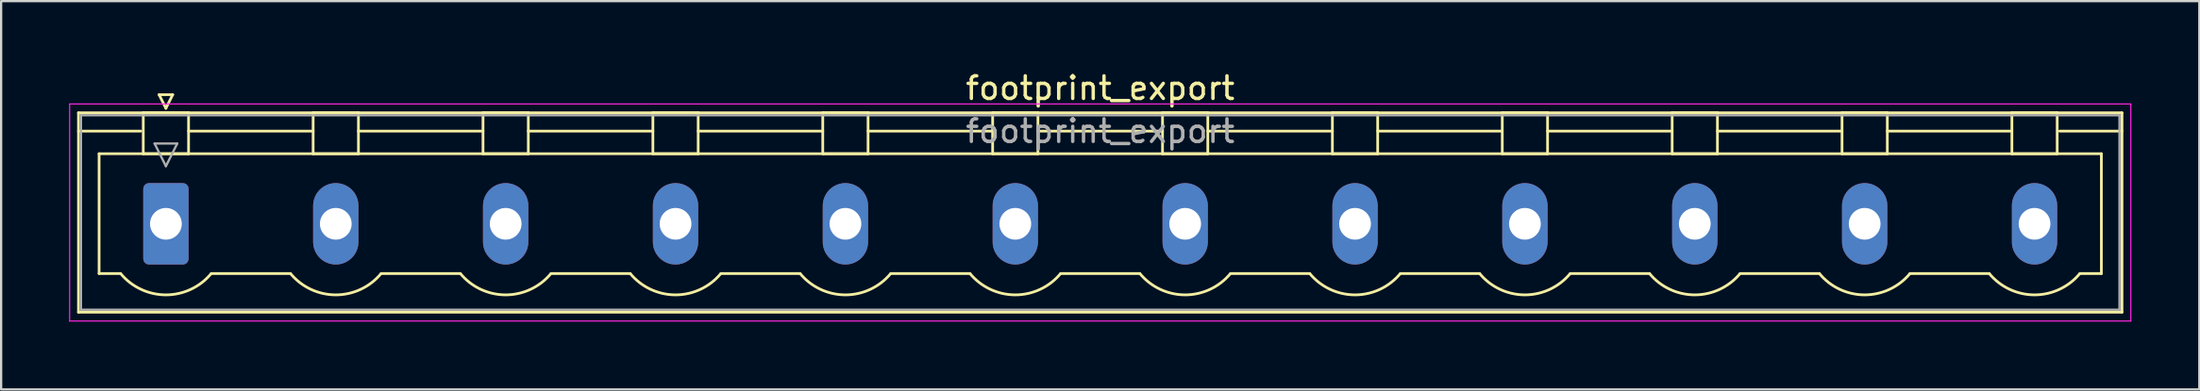
<source format=kicad_pcb>
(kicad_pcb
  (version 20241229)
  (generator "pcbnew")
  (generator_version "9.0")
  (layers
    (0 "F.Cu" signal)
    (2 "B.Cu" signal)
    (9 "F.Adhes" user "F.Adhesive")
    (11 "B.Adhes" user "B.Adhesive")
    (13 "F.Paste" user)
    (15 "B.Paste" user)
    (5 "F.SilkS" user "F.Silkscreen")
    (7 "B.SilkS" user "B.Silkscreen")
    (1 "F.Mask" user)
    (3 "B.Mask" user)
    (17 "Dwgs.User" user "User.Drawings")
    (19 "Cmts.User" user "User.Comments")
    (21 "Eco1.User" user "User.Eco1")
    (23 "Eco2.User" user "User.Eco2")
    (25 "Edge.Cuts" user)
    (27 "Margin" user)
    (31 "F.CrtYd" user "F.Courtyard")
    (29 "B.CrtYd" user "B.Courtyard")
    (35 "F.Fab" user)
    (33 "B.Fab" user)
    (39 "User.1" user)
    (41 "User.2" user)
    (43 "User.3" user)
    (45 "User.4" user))
  (footprint "footprint_export"
    (layer "F.Cu")
    (at 4.275 6.848)
    (property "Reference" "footprint_export" (at 41.25 -6 0) (layer "F.SilkS") (effects (font (size 1 1) (thickness 0.15))))
    (attr through_hole)
    (fp_line (start -3.86 -4.91) (end -3.86 3.91) (stroke (width 0.12) (type solid)) (layer "F.SilkS"))
    (fp_line (start -3.86 -4.1) (end -1.11 -4.1) (stroke (width 0.12) (type solid)) (layer "F.SilkS"))
    (fp_line (start -3.86 3.91) (end 86.36 3.91) (stroke (width 0.12) (type solid)) (layer "F.SilkS"))
    (fp_line (start -2.95 -3.1) (end 85.45 -3.1) (stroke (width 0.12) (type solid)) (layer "F.SilkS"))
    (fp_line (start -2.95 2.2) (end -2.95 -3.1) (stroke (width 0.12) (type solid)) (layer "F.SilkS"))
    (fp_line (start -2 2.2) (end -2.95 2.2) (stroke (width 0.12) (type solid)) (layer "F.SilkS"))
    (fp_line (start -1 -4.91) (end 1 -4.91) (stroke (width 0.12) (type solid)) (layer "F.SilkS"))
    (fp_line (start -1 -3.1) (end -1 -4.91) (stroke (width 0.12) (type solid)) (layer "F.SilkS"))
    (fp_line (start -0.3 -5.71) (end 0.3 -5.71) (stroke (width 0.12) (type solid)) (layer "F.SilkS"))
    (fp_line (start 0 -5.11) (end -0.3 -5.71) (stroke (width 0.12) (type solid)) (layer "F.SilkS"))
    (fp_line (start 0.3 -5.71) (end 0 -5.11) (stroke (width 0.12) (type solid)) (layer "F.SilkS"))
    (fp_line (start 1 -4.91) (end 1 -3.1) (stroke (width 0.12) (type solid)) (layer "F.SilkS"))
    (fp_line (start 1 -4.1) (end 6.5 -4.1) (stroke (width 0.12) (type solid)) (layer "F.SilkS"))
    (fp_line (start 1 -3.1) (end -1 -3.1) (stroke (width 0.12) (type solid)) (layer "F.SilkS"))
    (fp_line (start 2 2.2) (end 5.5 2.2) (stroke (width 0.12) (type solid)) (layer "F.SilkS"))
    (fp_line (start 6.5 -4.91) (end 8.5 -4.91) (stroke (width 0.12) (type solid)) (layer "F.SilkS"))
    (fp_line (start 6.5 -3.1) (end 6.5 -4.91) (stroke (width 0.12) (type solid)) (layer "F.SilkS"))
    (fp_line (start 8.5 -4.91) (end 8.5 -3.1) (stroke (width 0.12) (type solid)) (layer "F.SilkS"))
    (fp_line (start 8.5 -4.1) (end 14 -4.1) (stroke (width 0.12) (type solid)) (layer "F.SilkS"))
    (fp_line (start 8.5 -3.1) (end 6.5 -3.1) (stroke (width 0.12) (type solid)) (layer "F.SilkS"))
    (fp_line (start 9.5 2.2) (end 13 2.2) (stroke (width 0.12) (type solid)) (layer "F.SilkS"))
    (fp_line (start 14 -4.91) (end 16 -4.91) (stroke (width 0.12) (type solid)) (layer "F.SilkS"))
    (fp_line (start 14 -3.1) (end 14 -4.91) (stroke (width 0.12) (type solid)) (layer "F.SilkS"))
    (fp_line (start 16 -4.91) (end 16 -3.1) (stroke (width 0.12) (type solid)) (layer "F.SilkS"))
    (fp_line (start 16 -4.1) (end 21.5 -4.1) (stroke (width 0.12) (type solid)) (layer "F.SilkS"))
    (fp_line (start 16 -3.1) (end 14 -3.1) (stroke (width 0.12) (type solid)) (layer "F.SilkS"))
    (fp_line (start 17 2.2) (end 20.5 2.2) (stroke (width 0.12) (type solid)) (layer "F.SilkS"))
    (fp_line (start 21.5 -4.91) (end 23.5 -4.91) (stroke (width 0.12) (type solid)) (layer "F.SilkS"))
    (fp_line (start 21.5 -3.1) (end 21.5 -4.91) (stroke (width 0.12) (type solid)) (layer "F.SilkS"))
    (fp_line (start 23.5 -4.91) (end 23.5 -3.1) (stroke (width 0.12) (type solid)) (layer "F.SilkS"))
    (fp_line (start 23.5 -4.1) (end 29 -4.1) (stroke (width 0.12) (type solid)) (layer "F.SilkS"))
    (fp_line (start 23.5 -3.1) (end 21.5 -3.1) (stroke (width 0.12) (type solid)) (layer "F.SilkS"))
    (fp_line (start 24.5 2.2) (end 28 2.2) (stroke (width 0.12) (type solid)) (layer "F.SilkS"))
    (fp_line (start 29 -4.91) (end 31 -4.91) (stroke (width 0.12) (type solid)) (layer "F.SilkS"))
    (fp_line (start 29 -3.1) (end 29 -4.91) (stroke (width 0.12) (type solid)) (layer "F.SilkS"))
    (fp_line (start 31 -4.91) (end 31 -3.1) (stroke (width 0.12) (type solid)) (layer "F.SilkS"))
    (fp_line (start 31 -4.1) (end 36.5 -4.1) (stroke (width 0.12) (type solid)) (layer "F.SilkS"))
    (fp_line (start 31 -3.1) (end 29 -3.1) (stroke (width 0.12) (type solid)) (layer "F.SilkS"))
    (fp_line (start 32 2.2) (end 35.5 2.2) (stroke (width 0.12) (type solid)) (layer "F.SilkS"))
    (fp_line (start 36.5 -4.91) (end 38.5 -4.91) (stroke (width 0.12) (type solid)) (layer "F.SilkS"))
    (fp_line (start 36.5 -3.1) (end 36.5 -4.91) (stroke (width 0.12) (type solid)) (layer "F.SilkS"))
    (fp_line (start 38.5 -4.91) (end 38.5 -3.1) (stroke (width 0.12) (type solid)) (layer "F.SilkS"))
    (fp_line (start 38.5 -4.1) (end 44 -4.1) (stroke (width 0.12) (type solid)) (layer "F.SilkS"))
    (fp_line (start 38.5 -3.1) (end 36.5 -3.1) (stroke (width 0.12) (type solid)) (layer "F.SilkS"))
    (fp_line (start 39.5 2.2) (end 43 2.2) (stroke (width 0.12) (type solid)) (layer "F.SilkS"))
    (fp_line (start 44 -4.91) (end 46 -4.91) (stroke (width 0.12) (type solid)) (layer "F.SilkS"))
    (fp_line (start 44 -3.1) (end 44 -4.91) (stroke (width 0.12) (type solid)) (layer "F.SilkS"))
    (fp_line (start 46 -4.91) (end 46 -3.1) (stroke (width 0.12) (type solid)) (layer "F.SilkS"))
    (fp_line (start 46 -4.1) (end 51.5 -4.1) (stroke (width 0.12) (type solid)) (layer "F.SilkS"))
    (fp_line (start 46 -3.1) (end 44 -3.1) (stroke (width 0.12) (type solid)) (layer "F.SilkS"))
    (fp_line (start 47 2.2) (end 50.5 2.2) (stroke (width 0.12) (type solid)) (layer "F.SilkS"))
    (fp_line (start 51.5 -4.91) (end 53.5 -4.91) (stroke (width 0.12) (type solid)) (layer "F.SilkS"))
    (fp_line (start 51.5 -3.1) (end 51.5 -4.91) (stroke (width 0.12) (type solid)) (layer "F.SilkS"))
    (fp_line (start 53.5 -4.91) (end 53.5 -3.1) (stroke (width 0.12) (type solid)) (layer "F.SilkS"))
    (fp_line (start 53.5 -4.1) (end 59 -4.1) (stroke (width 0.12) (type solid)) (layer "F.SilkS"))
    (fp_line (start 53.5 -3.1) (end 51.5 -3.1) (stroke (width 0.12) (type solid)) (layer "F.SilkS"))
    (fp_line (start 54.5 2.2) (end 58 2.2) (stroke (width 0.12) (type solid)) (layer "F.SilkS"))
    (fp_line (start 59 -4.91) (end 61 -4.91) (stroke (width 0.12) (type solid)) (layer "F.SilkS"))
    (fp_line (start 59 -3.1) (end 59 -4.91) (stroke (width 0.12) (type solid)) (layer "F.SilkS"))
    (fp_line (start 61 -4.91) (end 61 -3.1) (stroke (width 0.12) (type solid)) (layer "F.SilkS"))
    (fp_line (start 61 -4.1) (end 66.5 -4.1) (stroke (width 0.12) (type solid)) (layer "F.SilkS"))
    (fp_line (start 61 -3.1) (end 59 -3.1) (stroke (width 0.12) (type solid)) (layer "F.SilkS"))
    (fp_line (start 62 2.2) (end 65.5 2.2) (stroke (width 0.12) (type solid)) (layer "F.SilkS"))
    (fp_line (start 66.5 -4.91) (end 68.5 -4.91) (stroke (width 0.12) (type solid)) (layer "F.SilkS"))
    (fp_line (start 66.5 -3.1) (end 66.5 -4.91) (stroke (width 0.12) (type solid)) (layer "F.SilkS"))
    (fp_line (start 68.5 -4.91) (end 68.5 -3.1) (stroke (width 0.12) (type solid)) (layer "F.SilkS"))
    (fp_line (start 68.5 -4.1) (end 74 -4.1) (stroke (width 0.12) (type solid)) (layer "F.SilkS"))
    (fp_line (start 68.5 -3.1) (end 66.5 -3.1) (stroke (width 0.12) (type solid)) (layer "F.SilkS"))
    (fp_line (start 69.5 2.2) (end 73 2.2) (stroke (width 0.12) (type solid)) (layer "F.SilkS"))
    (fp_line (start 74 -4.91) (end 76 -4.91) (stroke (width 0.12) (type solid)) (layer "F.SilkS"))
    (fp_line (start 74 -3.1) (end 74 -4.91) (stroke (width 0.12) (type solid)) (layer "F.SilkS"))
    (fp_line (start 76 -4.91) (end 76 -3.1) (stroke (width 0.12) (type solid)) (layer "F.SilkS"))
    (fp_line (start 76 -4.1) (end 81.5 -4.1) (stroke (width 0.12) (type solid)) (layer "F.SilkS"))
    (fp_line (start 76 -3.1) (end 74 -3.1) (stroke (width 0.12) (type solid)) (layer "F.SilkS"))
    (fp_line (start 77 2.2) (end 80.5 2.2) (stroke (width 0.12) (type solid)) (layer "F.SilkS"))
    (fp_line (start 81.5 -4.91) (end 83.5 -4.91) (stroke (width 0.12) (type solid)) (layer "F.SilkS"))
    (fp_line (start 81.5 -3.1) (end 81.5 -4.91) (stroke (width 0.12) (type solid)) (layer "F.SilkS"))
    (fp_line (start 83.5 -4.91) (end 83.5 -3.1) (stroke (width 0.12) (type solid)) (layer "F.SilkS"))
    (fp_line (start 83.5 -3.1) (end 81.5 -3.1) (stroke (width 0.12) (type solid)) (layer "F.SilkS"))
    (fp_line (start 85.45 -3.1) (end 85.45 2.2) (stroke (width 0.12) (type solid)) (layer "F.SilkS"))
    (fp_line (start 85.45 2.2) (end 84.5 2.2) (stroke (width 0.12) (type solid)) (layer "F.SilkS"))
    (fp_line (start 86.36 -4.91) (end -3.86 -4.91) (stroke (width 0.12) (type solid)) (layer "F.SilkS"))
    (fp_line (start 86.36 -4.1) (end 83.61 -4.1) (stroke (width 0.12) (type solid)) (layer "F.SilkS"))
    (fp_line (start 86.36 3.91) (end 86.36 -4.91) (stroke (width 0.12) (type solid)) (layer "F.SilkS"))
    (fp_arc (start 1.986842 2.215821) (mid -0.010289 3.142758) (end -2 2.2) (stroke (width 0.12) (type solid)) (layer "F.SilkS"))
    (fp_arc (start 9.486842 2.215821) (mid 7.489711 3.142758) (end 5.5 2.2) (stroke (width 0.12) (type solid)) (layer "F.SilkS"))
    (fp_arc (start 16.986842 2.215821) (mid 14.989711 3.142758) (end 13 2.2) (stroke (width 0.12) (type solid)) (layer "F.SilkS"))
    (fp_arc (start 24.486842 2.215821) (mid 22.489711 3.142758) (end 20.5 2.2) (stroke (width 0.12) (type solid)) (layer "F.SilkS"))
    (fp_arc (start 31.986842 2.215821) (mid 29.989711 3.142758) (end 28 2.2) (stroke (width 0.12) (type solid)) (layer "F.SilkS"))
    (fp_arc (start 39.486842 2.215821) (mid 37.489711 3.142758) (end 35.5 2.2) (stroke (width 0.12) (type solid)) (layer "F.SilkS"))
    (fp_arc (start 46.986842 2.215821) (mid 44.989711 3.142758) (end 43 2.2) (stroke (width 0.12) (type solid)) (layer "F.SilkS"))
    (fp_arc (start 54.486842 2.215821) (mid 52.489711 3.142758) (end 50.5 2.2) (stroke (width 0.12) (type solid)) (layer "F.SilkS"))
    (fp_arc (start 61.986842 2.215821) (mid 59.989711 3.142758) (end 58 2.2) (stroke (width 0.12) (type solid)) (layer "F.SilkS"))
    (fp_arc (start 69.486842 2.215821) (mid 67.489711 3.142758) (end 65.5 2.2) (stroke (width 0.12) (type solid)) (layer "F.SilkS"))
    (fp_arc (start 76.986842 2.215821) (mid 74.989711 3.142758) (end 73 2.2) (stroke (width 0.12) (type solid)) (layer "F.SilkS"))
    (fp_arc (start 84.486842 2.215821) (mid 82.489711 3.142758) (end 80.5 2.2) (stroke (width 0.12) (type solid)) (layer "F.SilkS"))
    (fp_line (start -4.25 -5.3) (end -4.25 4.3) (stroke (width 0.05) (type solid)) (layer "F.CrtYd"))
    (fp_line (start -4.25 4.3) (end 86.75 4.3) (stroke (width 0.05) (type solid)) (layer "F.CrtYd"))
    (fp_line (start 86.75 -5.3) (end -4.25 -5.3) (stroke (width 0.05) (type solid)) (layer "F.CrtYd"))
    (fp_line (start 86.75 4.3) (end 86.75 -5.3) (stroke (width 0.05) (type solid)) (layer "F.CrtYd"))
    (fp_line (start -3.75 -4.8) (end -3.75 3.8) (stroke (width 0.1) (type solid)) (layer "F.Fab"))
    (fp_line (start -3.75 3.8) (end 86.25 3.8) (stroke (width 0.1) (type solid)) (layer "F.Fab"))
    (fp_line (start -0.5 -3.55) (end 0.5 -3.55) (stroke (width 0.1) (type solid)) (layer "F.Fab"))
    (fp_line (start 0 -2.55) (end -0.5 -3.55) (stroke (width 0.1) (type solid)) (layer "F.Fab"))
    (fp_line (start 0.5 -3.55) (end 0 -2.55) (stroke (width 0.1) (type solid)) (layer "F.Fab"))
    (fp_line (start 86.25 -4.8) (end -3.75 -4.8) (stroke (width 0.1) (type solid)) (layer "F.Fab"))
    (fp_line (start 86.25 3.8) (end 86.25 -4.8) (stroke (width 0.1) (type solid)) (layer "F.Fab"))
    (fp_text user "${REFERENCE}" (at 41.25 -4.1 0) (layer "F.Fab") (effects (font (size 1 1) (thickness 0.15))))
    (pad "1" thru_hole roundrect (at 0 0) (size 2 3.6) (drill 1.4) (layers "*.Cu" "*.Mask") (roundrect_rratio 0.125))
    (pad "2" thru_hole oval (at 7.5 0) (size 2 3.6) (drill 1.4) (layers "*.Cu" "*.Mask"))
    (pad "3" thru_hole oval (at 15 0) (size 2 3.6) (drill 1.4) (layers "*.Cu" "*.Mask"))
    (pad "4" thru_hole oval (at 22.5 0) (size 2 3.6) (drill 1.4) (layers "*.Cu" "*.Mask"))
    (pad "5" thru_hole oval (at 30 0) (size 2 3.6) (drill 1.4) (layers "*.Cu" "*.Mask"))
    (pad "6" thru_hole oval (at 37.5 0) (size 2 3.6) (drill 1.4) (layers "*.Cu" "*.Mask"))
    (pad "7" thru_hole oval (at 45 0) (size 2 3.6) (drill 1.4) (layers "*.Cu" "*.Mask"))
    (pad "8" thru_hole oval (at 52.5 0) (size 2 3.6) (drill 1.4) (layers "*.Cu" "*.Mask"))
    (pad "9" thru_hole oval (at 60 0) (size 2 3.6) (drill 1.4) (layers "*.Cu" "*.Mask"))
    (pad "10" thru_hole oval (at 67.5 0) (size 2 3.6) (drill 1.4) (layers "*.Cu" "*.Mask"))
    (pad "11" thru_hole oval (at 75 0) (size 2 3.6) (drill 1.4) (layers "*.Cu" "*.Mask"))
    (pad "12" thru_hole oval (at 82.5 0) (size 2 3.6) (drill 1.4) (layers "*.Cu" "*.Mask")))
  (gr_rect
    (start -3 -3)
    (end 94.05 14.173)
    (stroke (width 0.1) (type default))
    (fill no)
    (layer "Edge.Cuts")))
</source>
